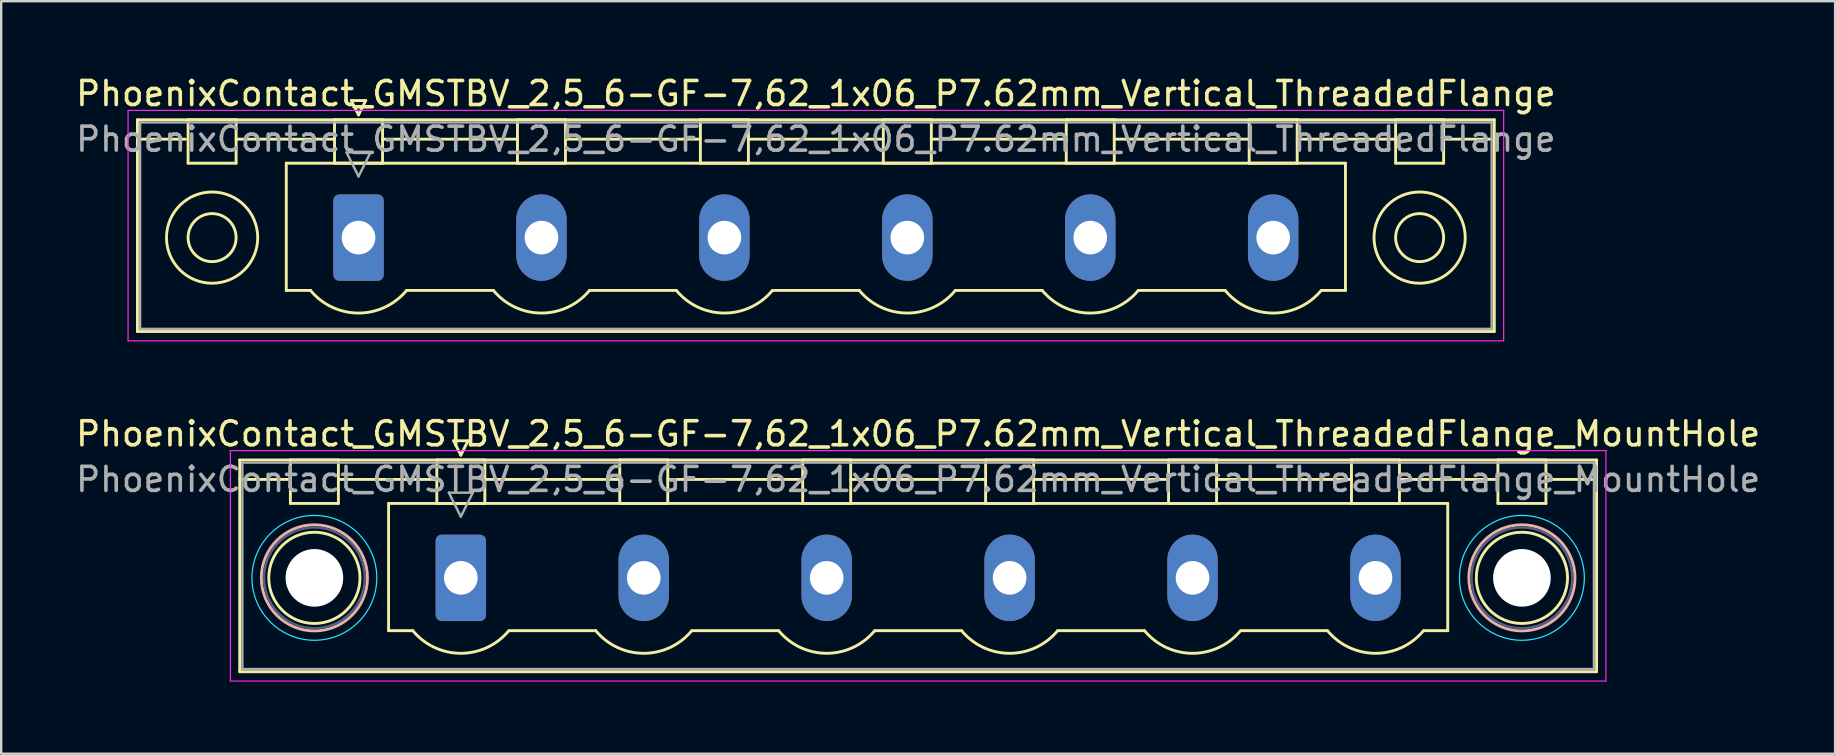
<source format=kicad_pcb>
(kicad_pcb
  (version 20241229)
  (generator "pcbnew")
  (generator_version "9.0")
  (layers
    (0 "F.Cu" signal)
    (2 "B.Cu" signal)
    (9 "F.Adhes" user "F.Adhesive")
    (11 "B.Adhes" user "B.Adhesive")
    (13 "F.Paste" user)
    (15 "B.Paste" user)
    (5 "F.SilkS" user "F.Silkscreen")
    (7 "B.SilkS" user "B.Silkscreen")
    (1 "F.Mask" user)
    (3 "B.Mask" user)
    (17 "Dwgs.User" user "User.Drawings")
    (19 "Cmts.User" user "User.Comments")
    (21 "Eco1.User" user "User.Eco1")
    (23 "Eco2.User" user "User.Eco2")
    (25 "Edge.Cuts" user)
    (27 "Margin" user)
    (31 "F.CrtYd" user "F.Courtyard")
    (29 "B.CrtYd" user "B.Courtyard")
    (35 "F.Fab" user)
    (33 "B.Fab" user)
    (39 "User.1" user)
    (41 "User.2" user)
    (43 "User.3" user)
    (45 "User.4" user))
  (footprint "PhoenixContact_GMSTBV_2,5_6-GF-7,62_1x06_P7.62mm_Vertical_ThreadedFlange_MountHole"
    (layer "F.Cu")
    (at 16.146 21.021)
    (property "Reference" "PhoenixContact_GMSTBV_2,5_6-GF-7,62_1x06_P7.62mm_Vertical_ThreadedFlange_MountHole" (at 19.05 -6 0) (layer "F.SilkS") (effects (font (size 1 1) (thickness 0.15))))
    (attr through_hole)
    (fp_line (start -9.21 -4.91) (end -9.21 3.91) (stroke (width 0.12) (type solid)) (layer "F.SilkS"))
    (fp_line (start -9.21 -4.1) (end -7.21 -4.1) (stroke (width 0.12) (type solid)) (layer "F.SilkS"))
    (fp_line (start -9.21 3.91) (end 47.31 3.91) (stroke (width 0.12) (type solid)) (layer "F.SilkS"))
    (fp_line (start -7.1 -4.91) (end -5.1 -4.91) (stroke (width 0.12) (type solid)) (layer "F.SilkS"))
    (fp_line (start -7.1 -3.1) (end -7.1 -4.91) (stroke (width 0.12) (type solid)) (layer "F.SilkS"))
    (fp_line (start -5.1 -4.91) (end -5.1 -3.1) (stroke (width 0.12) (type solid)) (layer "F.SilkS"))
    (fp_line (start -5.1 -4.1) (end -1 -4.1) (stroke (width 0.12) (type solid)) (layer "F.SilkS"))
    (fp_line (start -5.1 -3.1) (end -7.1 -3.1) (stroke (width 0.12) (type solid)) (layer "F.SilkS"))
    (fp_line (start -3.01 -3.1) (end 41.11 -3.1) (stroke (width 0.12) (type solid)) (layer "F.SilkS"))
    (fp_line (start -3.01 2.2) (end -3.01 -3.1) (stroke (width 0.12) (type solid)) (layer "F.SilkS"))
    (fp_line (start -2 2.2) (end -3.01 2.2) (stroke (width 0.12) (type solid)) (layer "F.SilkS"))
    (fp_line (start -1 -4.91) (end 1 -4.91) (stroke (width 0.12) (type solid)) (layer "F.SilkS"))
    (fp_line (start -1 -3.1) (end -1 -4.91) (stroke (width 0.12) (type solid)) (layer "F.SilkS"))
    (fp_line (start -0.3 -5.71) (end 0.3 -5.71) (stroke (width 0.12) (type solid)) (layer "F.SilkS"))
    (fp_line (start 0 -5.11) (end -0.3 -5.71) (stroke (width 0.12) (type solid)) (layer "F.SilkS"))
    (fp_line (start 0.3 -5.71) (end 0 -5.11) (stroke (width 0.12) (type solid)) (layer "F.SilkS"))
    (fp_line (start 1 -4.91) (end 1 -3.1) (stroke (width 0.12) (type solid)) (layer "F.SilkS"))
    (fp_line (start 1 -4.1) (end 6.62 -4.1) (stroke (width 0.12) (type solid)) (layer "F.SilkS"))
    (fp_line (start 1 -3.1) (end -1 -3.1) (stroke (width 0.12) (type solid)) (layer "F.SilkS"))
    (fp_line (start 2 2.2) (end 5.62 2.2) (stroke (width 0.12) (type solid)) (layer "F.SilkS"))
    (fp_line (start 6.62 -4.91) (end 8.62 -4.91) (stroke (width 0.12) (type solid)) (layer "F.SilkS"))
    (fp_line (start 6.62 -3.1) (end 6.62 -4.91) (stroke (width 0.12) (type solid)) (layer "F.SilkS"))
    (fp_line (start 8.62 -4.91) (end 8.62 -3.1) (stroke (width 0.12) (type solid)) (layer "F.SilkS"))
    (fp_line (start 8.62 -4.1) (end 14.24 -4.1) (stroke (width 0.12) (type solid)) (layer "F.SilkS"))
    (fp_line (start 8.62 -3.1) (end 6.62 -3.1) (stroke (width 0.12) (type solid)) (layer "F.SilkS"))
    (fp_line (start 9.62 2.2) (end 13.24 2.2) (stroke (width 0.12) (type solid)) (layer "F.SilkS"))
    (fp_line (start 14.24 -4.91) (end 16.24 -4.91) (stroke (width 0.12) (type solid)) (layer "F.SilkS"))
    (fp_line (start 14.24 -3.1) (end 14.24 -4.91) (stroke (width 0.12) (type solid)) (layer "F.SilkS"))
    (fp_line (start 16.24 -4.91) (end 16.24 -3.1) (stroke (width 0.12) (type solid)) (layer "F.SilkS"))
    (fp_line (start 16.24 -4.1) (end 21.86 -4.1) (stroke (width 0.12) (type solid)) (layer "F.SilkS"))
    (fp_line (start 16.24 -3.1) (end 14.24 -3.1) (stroke (width 0.12) (type solid)) (layer "F.SilkS"))
    (fp_line (start 17.24 2.2) (end 20.86 2.2) (stroke (width 0.12) (type solid)) (layer "F.SilkS"))
    (fp_line (start 21.86 -4.91) (end 23.86 -4.91) (stroke (width 0.12) (type solid)) (layer "F.SilkS"))
    (fp_line (start 21.86 -3.1) (end 21.86 -4.91) (stroke (width 0.12) (type solid)) (layer "F.SilkS"))
    (fp_line (start 23.86 -4.91) (end 23.86 -3.1) (stroke (width 0.12) (type solid)) (layer "F.SilkS"))
    (fp_line (start 23.86 -4.1) (end 29.48 -4.1) (stroke (width 0.12) (type solid)) (layer "F.SilkS"))
    (fp_line (start 23.86 -3.1) (end 21.86 -3.1) (stroke (width 0.12) (type solid)) (layer "F.SilkS"))
    (fp_line (start 24.86 2.2) (end 28.48 2.2) (stroke (width 0.12) (type solid)) (layer "F.SilkS"))
    (fp_line (start 29.48 -4.91) (end 31.48 -4.91) (stroke (width 0.12) (type solid)) (layer "F.SilkS"))
    (fp_line (start 29.48 -3.1) (end 29.48 -4.91) (stroke (width 0.12) (type solid)) (layer "F.SilkS"))
    (fp_line (start 31.48 -4.91) (end 31.48 -3.1) (stroke (width 0.12) (type solid)) (layer "F.SilkS"))
    (fp_line (start 31.48 -4.1) (end 37.1 -4.1) (stroke (width 0.12) (type solid)) (layer "F.SilkS"))
    (fp_line (start 31.48 -3.1) (end 29.48 -3.1) (stroke (width 0.12) (type solid)) (layer "F.SilkS"))
    (fp_line (start 32.48 2.2) (end 36.1 2.2) (stroke (width 0.12) (type solid)) (layer "F.SilkS"))
    (fp_line (start 37.1 -4.91) (end 39.1 -4.91) (stroke (width 0.12) (type solid)) (layer "F.SilkS"))
    (fp_line (start 37.1 -3.1) (end 37.1 -4.91) (stroke (width 0.12) (type solid)) (layer "F.SilkS"))
    (fp_line (start 39.1 -4.91) (end 39.1 -3.1) (stroke (width 0.12) (type solid)) (layer "F.SilkS"))
    (fp_line (start 39.1 -4.1) (end 43.2 -4.1) (stroke (width 0.12) (type solid)) (layer "F.SilkS"))
    (fp_line (start 39.1 -3.1) (end 37.1 -3.1) (stroke (width 0.12) (type solid)) (layer "F.SilkS"))
    (fp_line (start 41.11 -3.1) (end 41.11 2.2) (stroke (width 0.12) (type solid)) (layer "F.SilkS"))
    (fp_line (start 41.11 2.2) (end 40.1 2.2) (stroke (width 0.12) (type solid)) (layer "F.SilkS"))
    (fp_line (start 43.2 -4.91) (end 45.2 -4.91) (stroke (width 0.12) (type solid)) (layer "F.SilkS"))
    (fp_line (start 43.2 -3.1) (end 43.2 -4.91) (stroke (width 0.12) (type solid)) (layer "F.SilkS"))
    (fp_line (start 45.2 -4.91) (end 45.2 -3.1) (stroke (width 0.12) (type solid)) (layer "F.SilkS"))
    (fp_line (start 45.2 -3.1) (end 43.2 -3.1) (stroke (width 0.12) (type solid)) (layer "F.SilkS"))
    (fp_line (start 47.31 -4.91) (end -9.21 -4.91) (stroke (width 0.12) (type solid)) (layer "F.SilkS"))
    (fp_line (start 47.31 -4.1) (end 45.31 -4.1) (stroke (width 0.12) (type solid)) (layer "F.SilkS"))
    (fp_line (start 47.31 3.91) (end 47.31 -4.91) (stroke (width 0.12) (type solid)) (layer "F.SilkS"))
    (fp_arc (start 1.986842 2.215821) (mid -0.010289 3.142758) (end -2 2.2) (stroke (width 0.12) (type solid)) (layer "F.SilkS"))
    (fp_arc (start 9.606842 2.215821) (mid 7.609711 3.142758) (end 5.62 2.2) (stroke (width 0.12) (type solid)) (layer "F.SilkS"))
    (fp_arc (start 17.226842 2.215821) (mid 15.229711 3.142758) (end 13.24 2.2) (stroke (width 0.12) (type solid)) (layer "F.SilkS"))
    (fp_arc (start 24.846842 2.215821) (mid 22.849711 3.142758) (end 20.86 2.2) (stroke (width 0.12) (type solid)) (layer "F.SilkS"))
    (fp_arc (start 32.466842 2.215821) (mid 30.469711 3.142758) (end 28.48 2.2) (stroke (width 0.12) (type solid)) (layer "F.SilkS"))
    (fp_arc (start 40.086842 2.215821) (mid 38.089711 3.142758) (end 36.1 2.2) (stroke (width 0.12) (type solid)) (layer "F.SilkS"))
    (fp_circle (center -6.1 0) (end -4.2 0) (stroke (width 0.12) (type solid)) (fill no) (layer "F.SilkS"))
    (fp_circle (center 44.2 0) (end 46.1 0) (stroke (width 0.12) (type solid)) (fill no) (layer "F.SilkS"))
    (fp_circle (center -6.1 0) (end -3.89 0) (stroke (width 0.12) (type solid)) (fill no) (layer "B.SilkS"))
    (fp_circle (center 44.2 0) (end 46.41 0) (stroke (width 0.12) (type solid)) (fill no) (layer "B.SilkS"))
    (fp_circle (center -6.1 0) (end -3.5 0) (stroke (width 0.05) (type solid)) (fill no) (layer "B.CrtYd"))
    (fp_circle (center 44.2 0) (end 46.8 0) (stroke (width 0.05) (type solid)) (fill no) (layer "B.CrtYd"))
    (fp_line (start -9.6 -5.3) (end -9.6 4.3) (stroke (width 0.05) (type solid)) (layer "F.CrtYd"))
    (fp_line (start -9.6 4.3) (end 47.7 4.3) (stroke (width 0.05) (type solid)) (layer "F.CrtYd"))
    (fp_line (start 47.7 -5.3) (end -9.6 -5.3) (stroke (width 0.05) (type solid)) (layer "F.CrtYd"))
    (fp_line (start 47.7 4.3) (end 47.7 -5.3) (stroke (width 0.05) (type solid)) (layer "F.CrtYd"))
    (fp_circle (center -6.1 0) (end -4 0) (stroke (width 0.1) (type solid)) (fill no) (layer "B.Fab"))
    (fp_circle (center 44.2 0) (end 46.3 0) (stroke (width 0.1) (type solid)) (fill no) (layer "B.Fab"))
    (fp_line (start -9.1 -4.8) (end -9.1 3.8) (stroke (width 0.1) (type solid)) (layer "F.Fab"))
    (fp_line (start -9.1 3.8) (end 47.2 3.8) (stroke (width 0.1) (type solid)) (layer "F.Fab"))
    (fp_line (start -0.5 -3.55) (end 0.5 -3.55) (stroke (width 0.1) (type solid)) (layer "F.Fab"))
    (fp_line (start 0 -2.55) (end -0.5 -3.55) (stroke (width 0.1) (type solid)) (layer "F.Fab"))
    (fp_line (start 0.5 -3.55) (end 0 -2.55) (stroke (width 0.1) (type solid)) (layer "F.Fab"))
    (fp_line (start 47.2 -4.8) (end -9.1 -4.8) (stroke (width 0.1) (type solid)) (layer "F.Fab"))
    (fp_line (start 47.2 3.8) (end 47.2 -4.8) (stroke (width 0.1) (type solid)) (layer "F.Fab"))
    (fp_text user "${REFERENCE}" (at 19.05 -4.1 0) (layer "F.Fab") (effects (font (size 1 1) (thickness 0.15))))
    (pad "" np_thru_hole circle (at -6.1 0) (size 2.4 2.4) (drill 2.4) (layers "*.Cu" "*.Mask"))
    (pad "" np_thru_hole circle (at 44.2 0) (size 2.4 2.4) (drill 2.4) (layers "*.Cu" "*.Mask"))
    (pad "1" thru_hole roundrect (at 0 0) (size 2.1 3.6) (drill 1.4) (layers "*.Cu" "*.Mask") (roundrect_rratio 0.119))
    (pad "2" thru_hole oval (at 7.62 0) (size 2.1 3.6) (drill 1.4) (layers "*.Cu" "*.Mask"))
    (pad "3" thru_hole oval (at 15.24 0) (size 2.1 3.6) (drill 1.4) (layers "*.Cu" "*.Mask"))
    (pad "4" thru_hole oval (at 22.86 0) (size 2.1 3.6) (drill 1.4) (layers "*.Cu" "*.Mask"))
    (pad "5" thru_hole oval (at 30.48 0) (size 2.1 3.6) (drill 1.4) (layers "*.Cu" "*.Mask"))
    (pad "6" thru_hole oval (at 38.1 0) (size 2.1 3.6) (drill 1.4) (layers "*.Cu" "*.Mask")))
  (footprint "PhoenixContact_GMSTBV_2,5_6-GF-7,62_1x06_P7.62mm_Vertical_ThreadedFlange"
    (layer "F.Cu")
    (at 11.885 6.848)
    (property "Reference" "PhoenixContact_GMSTBV_2,5_6-GF-7,62_1x06_P7.62mm_Vertical_ThreadedFlange" (at 19.05 -6 0) (layer "F.SilkS") (effects (font (size 1 1) (thickness 0.15))))
    (attr through_hole)
    (fp_line (start -9.21 -4.91) (end -9.21 3.91) (stroke (width 0.12) (type solid)) (layer "F.SilkS"))
    (fp_line (start -9.21 -4.1) (end -7.21 -4.1) (stroke (width 0.12) (type solid)) (layer "F.SilkS"))
    (fp_line (start -9.21 3.91) (end 47.31 3.91) (stroke (width 0.12) (type solid)) (layer "F.SilkS"))
    (fp_line (start -7.1 -4.91) (end -5.1 -4.91) (stroke (width 0.12) (type solid)) (layer "F.SilkS"))
    (fp_line (start -7.1 -3.1) (end -7.1 -4.91) (stroke (width 0.12) (type solid)) (layer "F.SilkS"))
    (fp_line (start -5.1 -4.91) (end -5.1 -3.1) (stroke (width 0.12) (type solid)) (layer "F.SilkS"))
    (fp_line (start -5.1 -4.1) (end -1 -4.1) (stroke (width 0.12) (type solid)) (layer "F.SilkS"))
    (fp_line (start -5.1 -3.1) (end -7.1 -3.1) (stroke (width 0.12) (type solid)) (layer "F.SilkS"))
    (fp_line (start -3.01 -3.1) (end 41.11 -3.1) (stroke (width 0.12) (type solid)) (layer "F.SilkS"))
    (fp_line (start -3.01 2.2) (end -3.01 -3.1) (stroke (width 0.12) (type solid)) (layer "F.SilkS"))
    (fp_line (start -2 2.2) (end -3.01 2.2) (stroke (width 0.12) (type solid)) (layer "F.SilkS"))
    (fp_line (start -1 -4.91) (end 1 -4.91) (stroke (width 0.12) (type solid)) (layer "F.SilkS"))
    (fp_line (start -1 -3.1) (end -1 -4.91) (stroke (width 0.12) (type solid)) (layer "F.SilkS"))
    (fp_line (start -0.3 -5.71) (end 0.3 -5.71) (stroke (width 0.12) (type solid)) (layer "F.SilkS"))
    (fp_line (start 0 -5.11) (end -0.3 -5.71) (stroke (width 0.12) (type solid)) (layer "F.SilkS"))
    (fp_line (start 0.3 -5.71) (end 0 -5.11) (stroke (width 0.12) (type solid)) (layer "F.SilkS"))
    (fp_line (start 1 -4.91) (end 1 -3.1) (stroke (width 0.12) (type solid)) (layer "F.SilkS"))
    (fp_line (start 1 -4.1) (end 6.62 -4.1) (stroke (width 0.12) (type solid)) (layer "F.SilkS"))
    (fp_line (start 1 -3.1) (end -1 -3.1) (stroke (width 0.12) (type solid)) (layer "F.SilkS"))
    (fp_line (start 2 2.2) (end 5.62 2.2) (stroke (width 0.12) (type solid)) (layer "F.SilkS"))
    (fp_line (start 6.62 -4.91) (end 8.62 -4.91) (stroke (width 0.12) (type solid)) (layer "F.SilkS"))
    (fp_line (start 6.62 -3.1) (end 6.62 -4.91) (stroke (width 0.12) (type solid)) (layer "F.SilkS"))
    (fp_line (start 8.62 -4.91) (end 8.62 -3.1) (stroke (width 0.12) (type solid)) (layer "F.SilkS"))
    (fp_line (start 8.62 -4.1) (end 14.24 -4.1) (stroke (width 0.12) (type solid)) (layer "F.SilkS"))
    (fp_line (start 8.62 -3.1) (end 6.62 -3.1) (stroke (width 0.12) (type solid)) (layer "F.SilkS"))
    (fp_line (start 9.62 2.2) (end 13.24 2.2) (stroke (width 0.12) (type solid)) (layer "F.SilkS"))
    (fp_line (start 14.24 -4.91) (end 16.24 -4.91) (stroke (width 0.12) (type solid)) (layer "F.SilkS"))
    (fp_line (start 14.24 -3.1) (end 14.24 -4.91) (stroke (width 0.12) (type solid)) (layer "F.SilkS"))
    (fp_line (start 16.24 -4.91) (end 16.24 -3.1) (stroke (width 0.12) (type solid)) (layer "F.SilkS"))
    (fp_line (start 16.24 -4.1) (end 21.86 -4.1) (stroke (width 0.12) (type solid)) (layer "F.SilkS"))
    (fp_line (start 16.24 -3.1) (end 14.24 -3.1) (stroke (width 0.12) (type solid)) (layer "F.SilkS"))
    (fp_line (start 17.24 2.2) (end 20.86 2.2) (stroke (width 0.12) (type solid)) (layer "F.SilkS"))
    (fp_line (start 21.86 -4.91) (end 23.86 -4.91) (stroke (width 0.12) (type solid)) (layer "F.SilkS"))
    (fp_line (start 21.86 -3.1) (end 21.86 -4.91) (stroke (width 0.12) (type solid)) (layer "F.SilkS"))
    (fp_line (start 23.86 -4.91) (end 23.86 -3.1) (stroke (width 0.12) (type solid)) (layer "F.SilkS"))
    (fp_line (start 23.86 -4.1) (end 29.48 -4.1) (stroke (width 0.12) (type solid)) (layer "F.SilkS"))
    (fp_line (start 23.86 -3.1) (end 21.86 -3.1) (stroke (width 0.12) (type solid)) (layer "F.SilkS"))
    (fp_line (start 24.86 2.2) (end 28.48 2.2) (stroke (width 0.12) (type solid)) (layer "F.SilkS"))
    (fp_line (start 29.48 -4.91) (end 31.48 -4.91) (stroke (width 0.12) (type solid)) (layer "F.SilkS"))
    (fp_line (start 29.48 -3.1) (end 29.48 -4.91) (stroke (width 0.12) (type solid)) (layer "F.SilkS"))
    (fp_line (start 31.48 -4.91) (end 31.48 -3.1) (stroke (width 0.12) (type solid)) (layer "F.SilkS"))
    (fp_line (start 31.48 -4.1) (end 37.1 -4.1) (stroke (width 0.12) (type solid)) (layer "F.SilkS"))
    (fp_line (start 31.48 -3.1) (end 29.48 -3.1) (stroke (width 0.12) (type solid)) (layer "F.SilkS"))
    (fp_line (start 32.48 2.2) (end 36.1 2.2) (stroke (width 0.12) (type solid)) (layer "F.SilkS"))
    (fp_line (start 37.1 -4.91) (end 39.1 -4.91) (stroke (width 0.12) (type solid)) (layer "F.SilkS"))
    (fp_line (start 37.1 -3.1) (end 37.1 -4.91) (stroke (width 0.12) (type solid)) (layer "F.SilkS"))
    (fp_line (start 39.1 -4.91) (end 39.1 -3.1) (stroke (width 0.12) (type solid)) (layer "F.SilkS"))
    (fp_line (start 39.1 -4.1) (end 43.2 -4.1) (stroke (width 0.12) (type solid)) (layer "F.SilkS"))
    (fp_line (start 39.1 -3.1) (end 37.1 -3.1) (stroke (width 0.12) (type solid)) (layer "F.SilkS"))
    (fp_line (start 41.11 -3.1) (end 41.11 2.2) (stroke (width 0.12) (type solid)) (layer "F.SilkS"))
    (fp_line (start 41.11 2.2) (end 40.1 2.2) (stroke (width 0.12) (type solid)) (layer "F.SilkS"))
    (fp_line (start 43.2 -4.91) (end 45.2 -4.91) (stroke (width 0.12) (type solid)) (layer "F.SilkS"))
    (fp_line (start 43.2 -3.1) (end 43.2 -4.91) (stroke (width 0.12) (type solid)) (layer "F.SilkS"))
    (fp_line (start 45.2 -4.91) (end 45.2 -3.1) (stroke (width 0.12) (type solid)) (layer "F.SilkS"))
    (fp_line (start 45.2 -3.1) (end 43.2 -3.1) (stroke (width 0.12) (type solid)) (layer "F.SilkS"))
    (fp_line (start 47.31 -4.91) (end -9.21 -4.91) (stroke (width 0.12) (type solid)) (layer "F.SilkS"))
    (fp_line (start 47.31 -4.1) (end 45.31 -4.1) (stroke (width 0.12) (type solid)) (layer "F.SilkS"))
    (fp_line (start 47.31 3.91) (end 47.31 -4.91) (stroke (width 0.12) (type solid)) (layer "F.SilkS"))
    (fp_arc (start 1.986842 2.215821) (mid -0.010289 3.142758) (end -2 2.2) (stroke (width 0.12) (type solid)) (layer "F.SilkS"))
    (fp_arc (start 9.606842 2.215821) (mid 7.609711 3.142758) (end 5.62 2.2) (stroke (width 0.12) (type solid)) (layer "F.SilkS"))
    (fp_arc (start 17.226842 2.215821) (mid 15.229711 3.142758) (end 13.24 2.2) (stroke (width 0.12) (type solid)) (layer "F.SilkS"))
    (fp_arc (start 24.846842 2.215821) (mid 22.849711 3.142758) (end 20.86 2.2) (stroke (width 0.12) (type solid)) (layer "F.SilkS"))
    (fp_arc (start 32.466842 2.215821) (mid 30.469711 3.142758) (end 28.48 2.2) (stroke (width 0.12) (type solid)) (layer "F.SilkS"))
    (fp_arc (start 40.086842 2.215821) (mid 38.089711 3.142758) (end 36.1 2.2) (stroke (width 0.12) (type solid)) (layer "F.SilkS"))
    (fp_circle (center -6.1 0) (end -5.1 0) (stroke (width 0.12) (type solid)) (fill no) (layer "F.SilkS"))
    (fp_circle (center -6.1 0) (end -4.2 0) (stroke (width 0.12) (type solid)) (fill no) (layer "F.SilkS"))
    (fp_circle (center 44.2 0) (end 45.2 0) (stroke (width 0.12) (type solid)) (fill no) (layer "F.SilkS"))
    (fp_circle (center 44.2 0) (end 46.1 0) (stroke (width 0.12) (type solid)) (fill no) (layer "F.SilkS"))
    (fp_line (start -9.6 -5.3) (end -9.6 4.3) (stroke (width 0.05) (type solid)) (layer "F.CrtYd"))
    (fp_line (start -9.6 4.3) (end 47.7 4.3) (stroke (width 0.05) (type solid)) (layer "F.CrtYd"))
    (fp_line (start 47.7 -5.3) (end -9.6 -5.3) (stroke (width 0.05) (type solid)) (layer "F.CrtYd"))
    (fp_line (start 47.7 4.3) (end 47.7 -5.3) (stroke (width 0.05) (type solid)) (layer "F.CrtYd"))
    (fp_line (start -9.1 -4.8) (end -9.1 3.8) (stroke (width 0.1) (type solid)) (layer "F.Fab"))
    (fp_line (start -9.1 3.8) (end 47.2 3.8) (stroke (width 0.1) (type solid)) (layer "F.Fab"))
    (fp_line (start -0.5 -3.55) (end 0.5 -3.55) (stroke (width 0.1) (type solid)) (layer "F.Fab"))
    (fp_line (start 0 -2.55) (end -0.5 -3.55) (stroke (width 0.1) (type solid)) (layer "F.Fab"))
    (fp_line (start 0.5 -3.55) (end 0 -2.55) (stroke (width 0.1) (type solid)) (layer "F.Fab"))
    (fp_line (start 47.2 -4.8) (end -9.1 -4.8) (stroke (width 0.1) (type solid)) (layer "F.Fab"))
    (fp_line (start 47.2 3.8) (end 47.2 -4.8) (stroke (width 0.1) (type solid)) (layer "F.Fab"))
    (fp_text user "${REFERENCE}" (at 19.05 -4.1 0) (layer "F.Fab") (effects (font (size 1 1) (thickness 0.15))))
    (pad "1" thru_hole roundrect (at 0 0) (size 2.1 3.6) (drill 1.4) (layers "*.Cu" "*.Mask") (roundrect_rratio 0.119))
    (pad "2" thru_hole oval (at 7.62 0) (size 2.1 3.6) (drill 1.4) (layers "*.Cu" "*.Mask"))
    (pad "3" thru_hole oval (at 15.24 0) (size 2.1 3.6) (drill 1.4) (layers "*.Cu" "*.Mask"))
    (pad "4" thru_hole oval (at 22.86 0) (size 2.1 3.6) (drill 1.4) (layers "*.Cu" "*.Mask"))
    (pad "5" thru_hole oval (at 30.48 0) (size 2.1 3.6) (drill 1.4) (layers "*.Cu" "*.Mask"))
    (pad "6" thru_hole oval (at 38.1 0) (size 2.1 3.6) (drill 1.4) (layers "*.Cu" "*.Mask")))
  (gr_rect
    (start -3 -3)
    (end 73.393 28.346)
    (stroke (width 0.1) (type default))
    (fill no)
    (layer "Edge.Cuts")))
</source>
